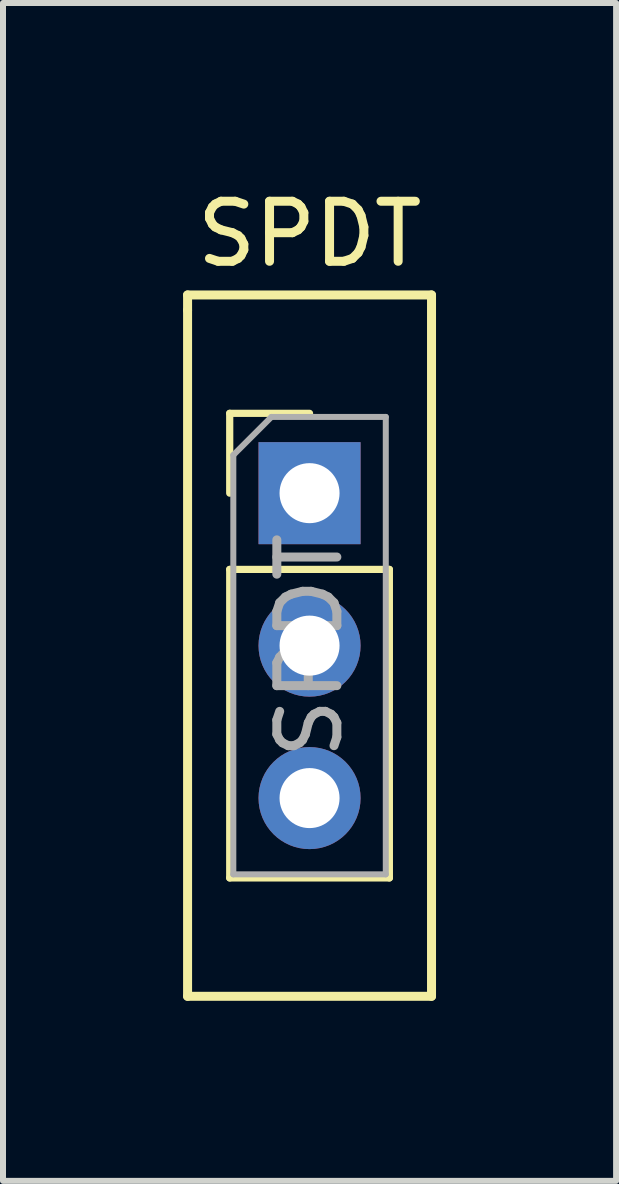
<source format=kicad_pcb>
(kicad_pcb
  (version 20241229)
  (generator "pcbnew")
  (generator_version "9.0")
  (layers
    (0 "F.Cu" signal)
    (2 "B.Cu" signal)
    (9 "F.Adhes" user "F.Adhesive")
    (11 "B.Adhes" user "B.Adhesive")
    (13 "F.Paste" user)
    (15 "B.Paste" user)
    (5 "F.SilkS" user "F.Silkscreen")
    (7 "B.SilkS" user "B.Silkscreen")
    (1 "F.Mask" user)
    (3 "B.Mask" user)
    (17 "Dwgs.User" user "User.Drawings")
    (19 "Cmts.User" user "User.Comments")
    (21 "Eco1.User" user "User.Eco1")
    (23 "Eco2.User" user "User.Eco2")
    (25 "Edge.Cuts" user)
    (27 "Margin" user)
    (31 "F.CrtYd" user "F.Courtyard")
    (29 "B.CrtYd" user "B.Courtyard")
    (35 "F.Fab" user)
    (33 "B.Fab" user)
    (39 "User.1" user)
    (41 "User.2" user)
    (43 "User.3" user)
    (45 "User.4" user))
  (footprint "SPDT"
    (layer "F.Cu")
    (at 2.107 5.166)
    (property "Reference" "SPDT" (at 0 -4.318 0) (layer "F.SilkS") (effects (font (size 1 1) (thickness 0.15))))
    (attr through_hole)
    (fp_line (start -2.032 -3.302) (end -2.032 -3.048) (stroke (width 0.15) (type solid)) (layer "F.SilkS"))
    (fp_line (start -2.032 -3.048) (end -2.032 8.382) (stroke (width 0.15) (type solid)) (layer "F.SilkS"))
    (fp_line (start -2.032 8.382) (end 2.032 8.382) (stroke (width 0.15) (type solid)) (layer "F.SilkS"))
    (fp_line (start -1.33 -1.33) (end 0 -1.33) (stroke (width 0.12) (type solid)) (layer "F.SilkS"))
    (fp_line (start -1.33 0) (end -1.33 -1.33) (stroke (width 0.12) (type solid)) (layer "F.SilkS"))
    (fp_line (start -1.33 1.27) (end -1.33 6.41) (stroke (width 0.12) (type solid)) (layer "F.SilkS"))
    (fp_line (start -1.33 1.27) (end 1.33 1.27) (stroke (width 0.12) (type solid)) (layer "F.SilkS"))
    (fp_line (start -1.33 6.41) (end 1.33 6.41) (stroke (width 0.12) (type solid)) (layer "F.SilkS"))
    (fp_line (start 1.33 1.27) (end 1.33 6.41) (stroke (width 0.12) (type solid)) (layer "F.SilkS"))
    (fp_line (start 2.032 -3.302) (end -2.032 -3.302) (stroke (width 0.15) (type solid)) (layer "F.SilkS"))
    (fp_line (start 2.032 8.382) (end 2.032 -3.302) (stroke (width 0.15) (type solid)) (layer "F.SilkS"))
    (fp_line (start -1.27 -0.635) (end -0.635 -1.27) (stroke (width 0.1) (type solid)) (layer "F.Fab"))
    (fp_line (start -1.27 6.35) (end -1.27 -0.635) (stroke (width 0.1) (type solid)) (layer "F.Fab"))
    (fp_line (start -0.635 -1.27) (end 1.27 -1.27) (stroke (width 0.1) (type solid)) (layer "F.Fab"))
    (fp_line (start 1.27 -1.27) (end 1.27 6.35) (stroke (width 0.1) (type solid)) (layer "F.Fab"))
    (fp_line (start 1.27 6.35) (end -1.27 6.35) (stroke (width 0.1) (type solid)) (layer "F.Fab"))
    (fp_text user "${REFERENCE}" (at 0 2.54 90) (layer "F.Fab") (effects (font (size 1 1) (thickness 0.15))))
    (pad "1" thru_hole rect (at 0 0) (size 1.7 1.7) (drill 1) (layers "*.Cu" "*.Mask"))
    (pad "2" thru_hole oval (at 0 2.54) (size 1.7 1.7) (drill 1) (layers "*.Cu" "*.Mask"))
    (pad "3" thru_hole oval (at 0 5.08) (size 1.7 1.7) (drill 1) (layers "*.Cu" "*.Mask")))
  (gr_rect
    (start -3 -3)
    (end 7.214 16.623)
    (stroke (width 0.1) (type default))
    (fill no)
    (layer "Edge.Cuts")))
</source>
